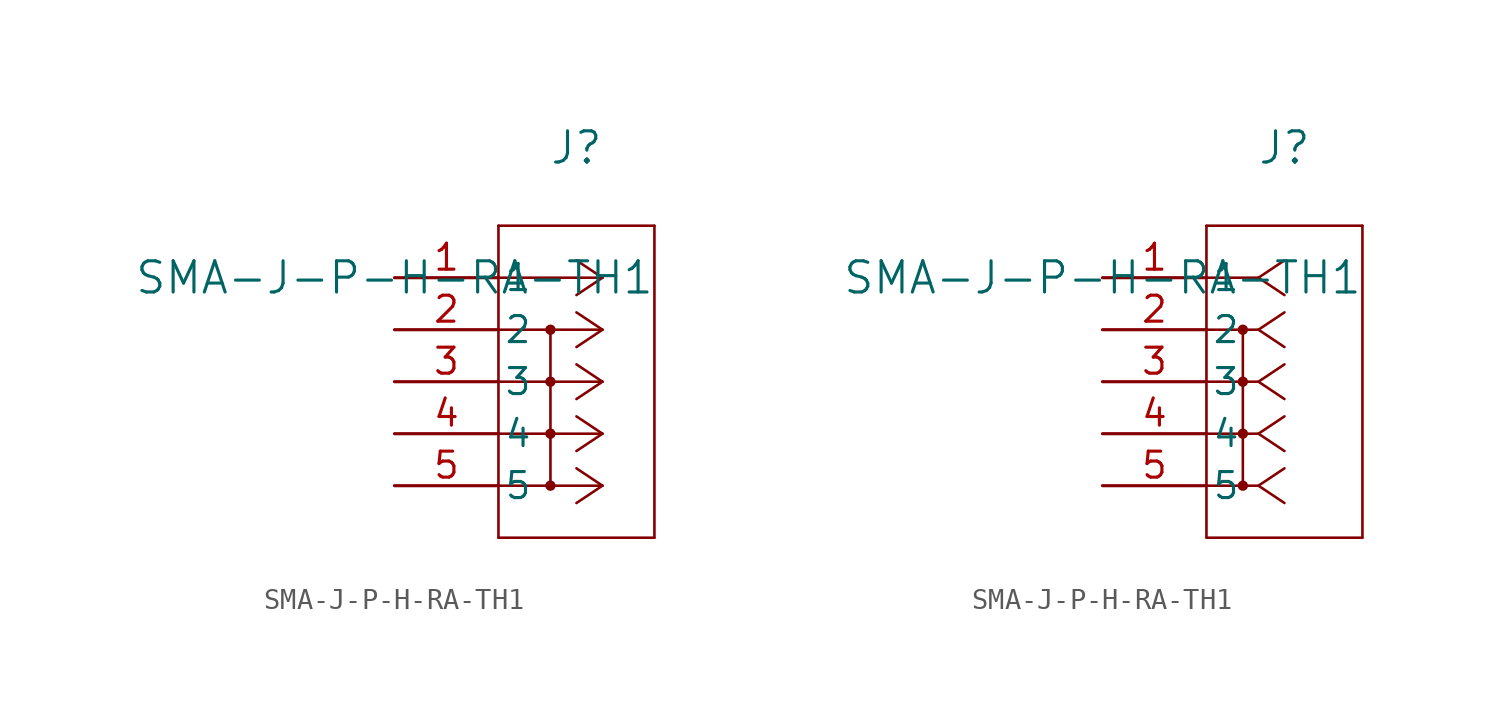
<source format=kicad_sym>
(kicad_symbol_lib
  (version 20211014)
  (generator kicad_symbol_editor)
  (symbol "SMA-J-P-H-RA-TH1"
    (pin_names
      (offset 0.254))
    (property "Reference" "J"
      (at 8.89 6.35 0)
      (effects (font (size 1.524 1.524))))
    (property "Value" "SMA-J-P-H-RA-TH1"
      (at 0 0 0)
      (effects (font (size 1.524 1.524))))
    (symbol "SMA-J-P-H-RA-TH1_1_1"
      (polyline (pts (xy 10.16 0) (xy 5.08 0)) (stroke (width 0.127) (type default) (color 0 0 0 0)) (fill (type none)))
      (polyline (pts (xy 10.16 -2.54) (xy 5.08 -2.54)) (stroke (width 0.127) (type default) (color 0 0 0 0)) (fill (type none)))
      (polyline (pts (xy 10.16 -5.08) (xy 5.08 -5.08)) (stroke (width 0.127) (type default) (color 0 0 0 0)) (fill (type none)))
      (polyline (pts (xy 10.16 -7.62) (xy 5.08 -7.62)) (stroke (width 0.127) (type default) (color 0 0 0 0)) (fill (type none)))
      (polyline (pts (xy 10.16 -10.16) (xy 5.08 -10.16)) (stroke (width 0.127) (type default) (color 0 0 0 0)) (fill (type none)))
      (polyline (pts (xy 10.16 0) (xy 8.89 0.847)) (stroke (width 0.127) (type default) (color 0 0 0 0)) (fill (type none)))
      (polyline (pts (xy 10.16 -2.54) (xy 8.89 -1.693)) (stroke (width 0.127) (type default) (color 0 0 0 0)) (fill (type none)))
      (polyline (pts (xy 10.16 -5.08) (xy 8.89 -4.233)) (stroke (width 0.127) (type default) (color 0 0 0 0)) (fill (type none)))
      (polyline (pts (xy 10.16 -7.62) (xy 8.89 -6.773)) (stroke (width 0.127) (type default) (color 0 0 0 0)) (fill (type none)))
      (polyline (pts (xy 10.16 -10.16) (xy 8.89 -9.313)) (stroke (width 0.127) (type default) (color 0 0 0 0)) (fill (type none)))
      (polyline (pts (xy 10.16 0) (xy 8.89 -0.847)) (stroke (width 0.127) (type default) (color 0 0 0 0)) (fill (type none)))
      (polyline (pts (xy 10.16 -2.54) (xy 8.89 -3.387)) (stroke (width 0.127) (type default) (color 0 0 0 0)) (fill (type none)))
      (polyline (pts (xy 10.16 -5.08) (xy 8.89 -5.927)) (stroke (width 0.127) (type default) (color 0 0 0 0)) (fill (type none)))
      (polyline (pts (xy 10.16 -7.62) (xy 8.89 -8.467)) (stroke (width 0.127) (type default) (color 0 0 0 0)) (fill (type none)))
      (polyline (pts (xy 10.16 -10.16) (xy 8.89 -11.007)) (stroke (width 0.127) (type default) (color 0 0 0 0)) (fill (type none)))
      (polyline (pts (xy 5.08 2.54) (xy 5.08 -12.7)) (stroke (width 0.127) (type default) (color 0 0 0 0)) (fill (type none)))
      (polyline (pts (xy 5.08 -12.7) (xy 12.7 -12.7)) (stroke (width 0.127) (type default) (color 0 0 0 0)) (fill (type none)))
      (polyline (pts (xy 12.7 -12.7) (xy 12.7 2.54)) (stroke (width 0.127) (type default) (color 0 0 0 0)) (fill (type none)))
      (polyline (pts (xy 12.7 2.54) (xy 5.08 2.54)) (stroke (width 0.127) (type default) (color 0 0 0 0)) (fill (type none)))
      (polyline (pts (xy 7.62 -2.54) (xy 7.62 -10.16)) (stroke (width 0.127) (type default) (color 0 0 0 0)) (fill (type none)))
      (circle (center 7.62 -2.54) (radius 0.127) (stroke (width 0.254) (type default) (color 0 0 0 0)) (fill (type none)))
      (circle (center 7.62 -5.08) (radius 0.127) (stroke (width 0.254) (type default) (color 0 0 0 0)) (fill (type none)))
      (circle (center 7.62 -7.62) (radius 0.127) (stroke (width 0.254) (type default) (color 0 0 0 0)) (fill (type none)))
      (circle (center 7.62 -10.16) (radius 0.127) (stroke (width 0.254) (type default) (color 0 0 0 0)) (fill (type none)))
      (pin unspecified line (at 0 0 0) (length 5.08) (name "1" (effects (font (size 1.27 1.27)))) (number "1" (effects (font (size 1.27 1.27)))))
      (pin unspecified line (at 0 -2.54 0) (length 5.08) (name "2" (effects (font (size 1.27 1.27)))) (number "2" (effects (font (size 1.27 1.27)))))
      (pin unspecified line (at 0 -5.08 0) (length 5.08) (name "3" (effects (font (size 1.27 1.27)))) (number "3" (effects (font (size 1.27 1.27)))))
      (pin unspecified line (at 0 -7.62 0) (length 5.08) (name "4" (effects (font (size 1.27 1.27)))) (number "4" (effects (font (size 1.27 1.27)))))
      (pin unspecified line (at 0 -10.16 0) (length 5.08) (name "5" (effects (font (size 1.27 1.27)))) (number "5" (effects (font (size 1.27 1.27))))))
    (symbol "SMA-J-P-H-RA-TH1_1_2"
      (polyline (pts (xy 7.62 0) (xy 5.08 0)) (stroke (width 0.127) (type default) (color 0 0 0 0)) (fill (type none)))
      (polyline (pts (xy 7.62 -2.54) (xy 5.08 -2.54)) (stroke (width 0.127) (type default) (color 0 0 0 0)) (fill (type none)))
      (polyline (pts (xy 7.62 -5.08) (xy 5.08 -5.08)) (stroke (width 0.127) (type default) (color 0 0 0 0)) (fill (type none)))
      (polyline (pts (xy 7.62 -7.62) (xy 5.08 -7.62)) (stroke (width 0.127) (type default) (color 0 0 0 0)) (fill (type none)))
      (polyline (pts (xy 7.62 -10.16) (xy 5.08 -10.16)) (stroke (width 0.127) (type default) (color 0 0 0 0)) (fill (type none)))
      (polyline (pts (xy 7.62 0) (xy 8.89 0.847)) (stroke (width 0.127) (type default) (color 0 0 0 0)) (fill (type none)))
      (polyline (pts (xy 7.62 -2.54) (xy 8.89 -1.693)) (stroke (width 0.127) (type default) (color 0 0 0 0)) (fill (type none)))
      (polyline (pts (xy 7.62 -5.08) (xy 8.89 -4.233)) (stroke (width 0.127) (type default) (color 0 0 0 0)) (fill (type none)))
      (polyline (pts (xy 7.62 -7.62) (xy 8.89 -6.773)) (stroke (width 0.127) (type default) (color 0 0 0 0)) (fill (type none)))
      (polyline (pts (xy 7.62 -10.16) (xy 8.89 -9.313)) (stroke (width 0.127) (type default) (color 0 0 0 0)) (fill (type none)))
      (polyline (pts (xy 7.62 0) (xy 8.89 -0.847)) (stroke (width 0.127) (type default) (color 0 0 0 0)) (fill (type none)))
      (polyline (pts (xy 7.62 -2.54) (xy 8.89 -3.387)) (stroke (width 0.127) (type default) (color 0 0 0 0)) (fill (type none)))
      (polyline (pts (xy 7.62 -5.08) (xy 8.89 -5.927)) (stroke (width 0.127) (type default) (color 0 0 0 0)) (fill (type none)))
      (polyline (pts (xy 7.62 -7.62) (xy 8.89 -8.467)) (stroke (width 0.127) (type default) (color 0 0 0 0)) (fill (type none)))
      (polyline (pts (xy 7.62 -10.16) (xy 8.89 -11.007)) (stroke (width 0.127) (type default) (color 0 0 0 0)) (fill (type none)))
      (polyline (pts (xy 5.08 2.54) (xy 5.08 -12.7)) (stroke (width 0.127) (type default) (color 0 0 0 0)) (fill (type none)))
      (polyline (pts (xy 5.08 -12.7) (xy 12.7 -12.7)) (stroke (width 0.127) (type default) (color 0 0 0 0)) (fill (type none)))
      (polyline (pts (xy 12.7 -12.7) (xy 12.7 2.54)) (stroke (width 0.127) (type default) (color 0 0 0 0)) (fill (type none)))
      (polyline (pts (xy 12.7 2.54) (xy 5.08 2.54)) (stroke (width 0.127) (type default) (color 0 0 0 0)) (fill (type none)))
      (polyline (pts (xy 6.858 -2.54) (xy 6.858 -10.16)) (stroke (width 0.127) (type default) (color 0 0 0 0)) (fill (type none)))
      (circle (center 6.858 -5.08) (radius 0.127) (stroke (width 0.254) (type default) (color 0 0 0 0)) (fill (type none)))
      (circle (center 6.858 -2.54) (radius 0.127) (stroke (width 0.254) (type default) (color 0 0 0 0)) (fill (type none)))
      (circle (center 6.858 -10.16) (radius 0.127) (stroke (width 0.254) (type default) (color 0 0 0 0)) (fill (type none)))
      (circle (center 6.858 -7.62) (radius 0.127) (stroke (width 0.254) (type default) (color 0 0 0 0)) (fill (type none)))
      (pin unspecified line (at 0 0 0) (length 5.08) (name "1" (effects (font (size 1.27 1.27)))) (number "1" (effects (font (size 1.27 1.27)))))
      (pin unspecified line (at 0 -2.54 0) (length 5.08) (name "2" (effects (font (size 1.27 1.27)))) (number "2" (effects (font (size 1.27 1.27)))))
      (pin unspecified line (at 0 -5.08 0) (length 5.08) (name "3" (effects (font (size 1.27 1.27)))) (number "3" (effects (font (size 1.27 1.27)))))
      (pin unspecified line (at 0 -7.62 0) (length 5.08) (name "4" (effects (font (size 1.27 1.27)))) (number "4" (effects (font (size 1.27 1.27)))))
      (pin unspecified line (at 0 -10.16 0) (length 5.08) (name "5" (effects (font (size 1.27 1.27)))) (number "5" (effects (font (size 1.27 1.27))))))))
</source>
